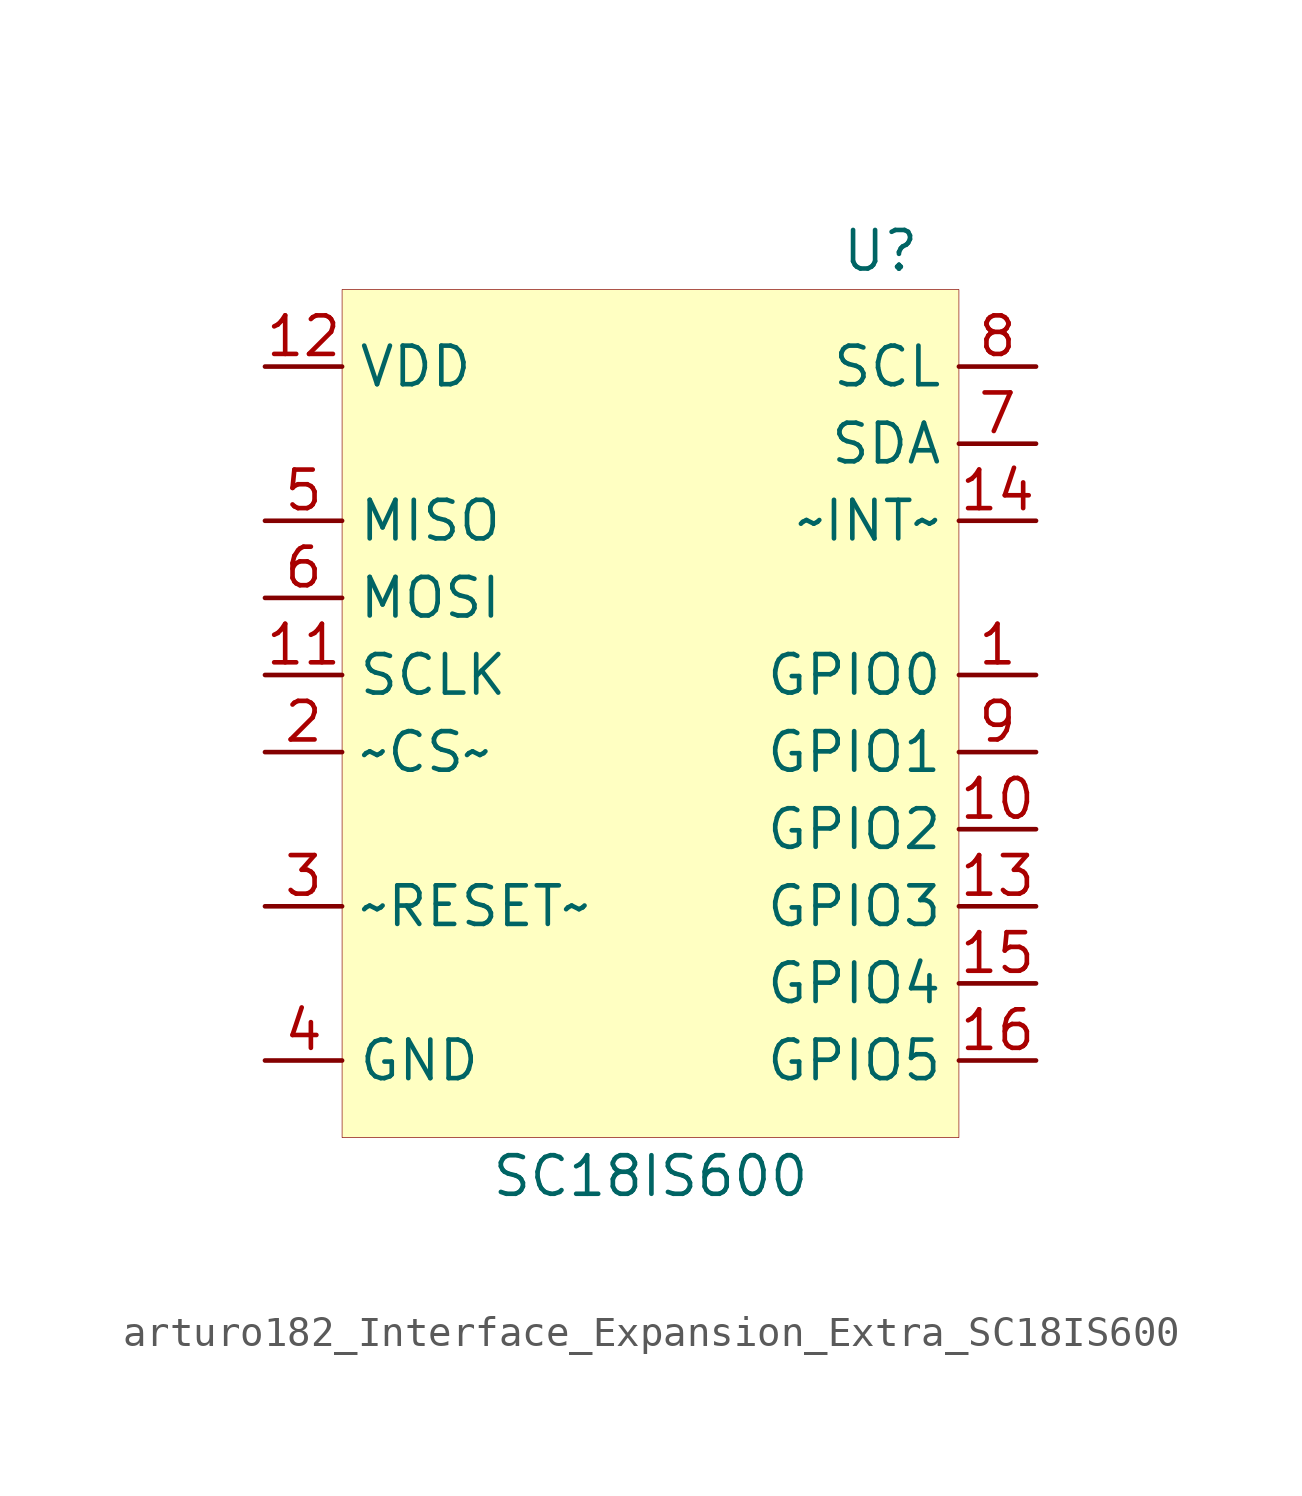
<source format=kicad_sym>
(kicad_symbol_lib
  (version 20220914)
  (generator kicad_symbol_editor)
  (symbol "Interface_Expansion_Extra:arturo182_Interface_Expansion_Extra_SC18IS600"
    (property "Reference" "U"
      (at 8.89 16.51 0)
      (effects (font (size 1.27 1.27)) (justify right)))
    (property "Value" "SC18IS600"
      (at 0 -13.97 0)
      (effects (font (size 1.27 1.27))))
    (symbol "arturo182_Interface_Expansion_Extra_SC18IS600_0_1"
      (rectangle (start -10.16 15.24) (end 10.16 -12.7) (stroke (width 0.001)) (fill (type background))))
    (symbol "arturo182_Interface_Expansion_Extra_SC18IS600_0_0"
      (pin bidirectional line (at 12.7 2.54 180) (length 2.54) (name "GPIO0" (effects (font (size 1.27 1.27)))) (number "1" (effects (font (size 1.27 1.27)))))
      (pin input line (at -12.7 0 0) (length 2.54) (name "~CS~" (effects (font (size 1.27 1.27)))) (number "2" (effects (font (size 1.27 1.27)))))
      (pin input line (at -12.7 -5.08 0) (length 2.54) (name "~RESET~" (effects (font (size 1.27 1.27)))) (number "3" (effects (font (size 1.27 1.27)))))
      (pin power_in line (at -12.7 -10.16 0) (length 2.54) (name "GND" (effects (font (size 1.27 1.27)))) (number "4" (effects (font (size 1.27 1.27)))))
      (pin output line (at -12.7 7.62 0) (length 2.54) (name "MISO" (effects (font (size 1.27 1.27)))) (number "5" (effects (font (size 1.27 1.27)))))
      (pin input line (at -12.7 5.08 0) (length 2.54) (name "MOSI" (effects (font (size 1.27 1.27)))) (number "6" (effects (font (size 1.27 1.27)))))
      (pin bidirectional line (at 12.7 10.16 180) (length 2.54) (name "SDA" (effects (font (size 1.27 1.27)))) (number "7" (effects (font (size 1.27 1.27)))))
      (pin output line (at 12.7 12.7 180) (length 2.54) (name "SCL" (effects (font (size 1.27 1.27)))) (number "8" (effects (font (size 1.27 1.27)))))
      (pin bidirectional line (at 12.7 0 180) (length 2.54) (name "GPIO1" (effects (font (size 1.27 1.27)))) (number "9" (effects (font (size 1.27 1.27)))))
      (pin bidirectional line (at 12.7 -2.54 180) (length 2.54) (name "GPIO2" (effects (font (size 1.27 1.27)))) (number "10" (effects (font (size 1.27 1.27)))))
      (pin input line (at -12.7 2.54 0) (length 2.54) (name "SCLK" (effects (font (size 1.27 1.27)))) (number "11" (effects (font (size 1.27 1.27)))))
      (pin power_in line (at -12.7 12.7 0) (length 2.54) (name "VDD" (effects (font (size 1.27 1.27)))) (number "12" (effects (font (size 1.27 1.27)))))
      (pin bidirectional line (at 12.7 -5.08 180) (length 2.54) (name "GPIO3" (effects (font (size 1.27 1.27)))) (number "13" (effects (font (size 1.27 1.27)))))
      (pin open_collector line (at 12.7 7.62 180) (length 2.54) (name "~INT~" (effects (font (size 1.27 1.27)))) (number "14" (effects (font (size 1.27 1.27)))))
      (pin bidirectional line (at 12.7 -7.62 180) (length 2.54) (name "GPIO4" (effects (font (size 1.27 1.27)))) (number "15" (effects (font (size 1.27 1.27)))))
      (pin bidirectional line (at 12.7 -10.16 180) (length 2.54) (name "GPIO5" (effects (font (size 1.27 1.27)))) (number "16" (effects (font (size 1.27 1.27))))))))
</source>
